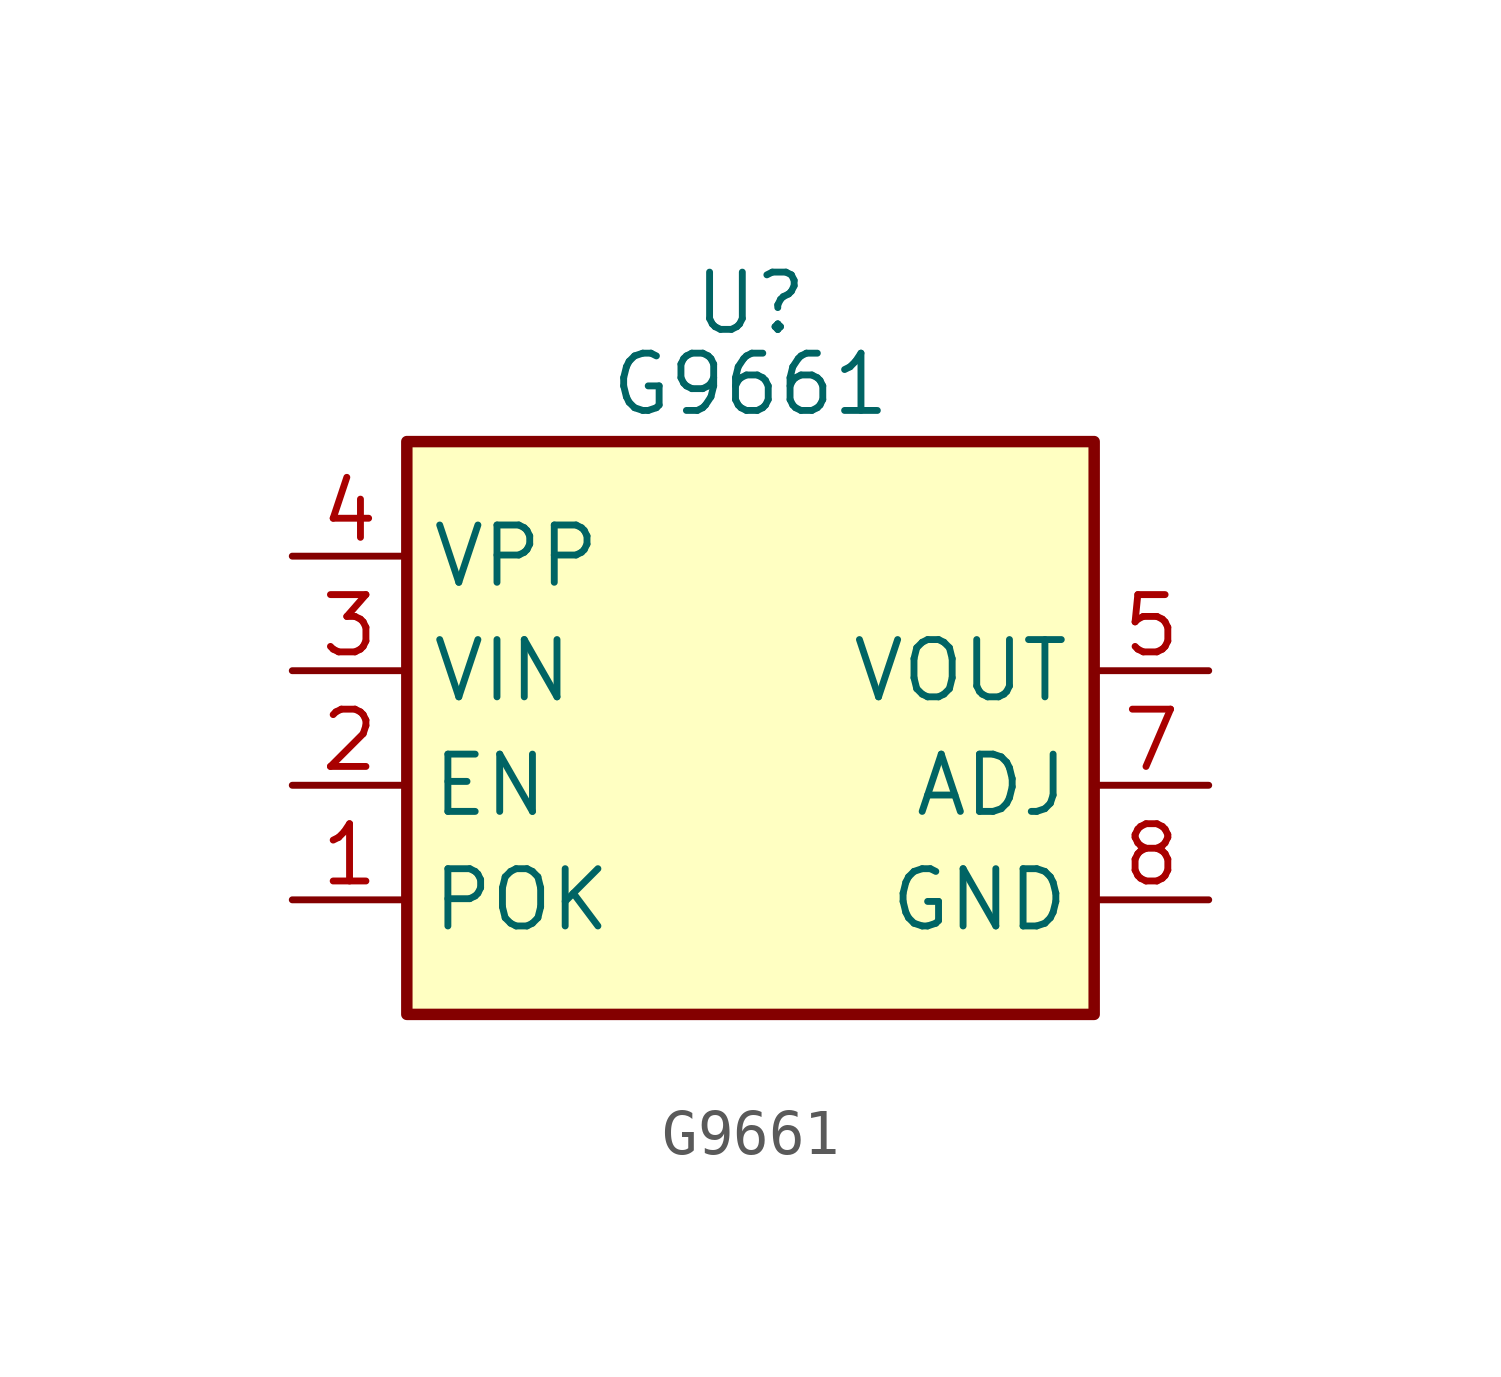
<source format=kicad_sym>
(kicad_symbol_lib
  (version 20241209)
  (generator "kicad_symbol_editor")
  (generator_version "9.0")
  (symbol "G9661"
    (property "Reference" "U"
      (at 0 8.89 0)
      (effects (font (size 1.27 1.27)) (justify top)))
    (property "Value" "G9661"
      (at 0 6.35 0)
      (effects (font (size 1.27 1.27))))
    (symbol "G9661_0_1"
      (rectangle (start -7.62 5.08) (end 7.62 -7.62) (stroke (width 0.254) (type default)) (fill (type background))))
    (symbol "G9661_1_1"
      (pin power_in line (at -10.16 2.54 0) (length 2.54) (name "VPP" (effects (font (size 1.27 1.27)))) (number "4" (effects (font (size 1.27 1.27)))))
      (pin power_in line (at -10.16 0 0) (length 2.54) (name "VIN" (effects (font (size 1.27 1.27)))) (number "3" (effects (font (size 1.27 1.27)))))
      (pin input line (at -10.16 -2.54 0) (length 2.54) (name "EN" (effects (font (size 1.27 1.27)))) (number "2" (effects (font (size 1.27 1.27)))))
      (pin passive line (at -10.16 -5.08 0) (length 2.54) (name "POK" (effects (font (size 1.27 1.27)))) (number "1" (effects (font (size 1.27 1.27)))))
      (pin power_out line (at 10.16 0 180) (length 2.54) (name "VOUT" (effects (font (size 1.27 1.27)))) (number "5" (effects (font (size 1.27 1.27)))))
      (pin input line (at 10.16 -2.54 180) (length 2.54) (name "ADJ" (effects (font (size 1.27 1.27)))) (number "7" (effects (font (size 1.27 1.27)))))
      (pin power_in line (at 10.16 -5.08 180) (length 2.54) (name "GND" (effects (font (size 1.27 1.27)))) (number "8" (effects (font (size 1.27 1.27)))))
      (pin passive line (at 10.16 -5.08 180) (length 2.54) (hide yes) (name "GND" (effects (font (size 1.27 1.27)))) (number "9" (effects (font (size 1.27 1.27))))))))
</source>
